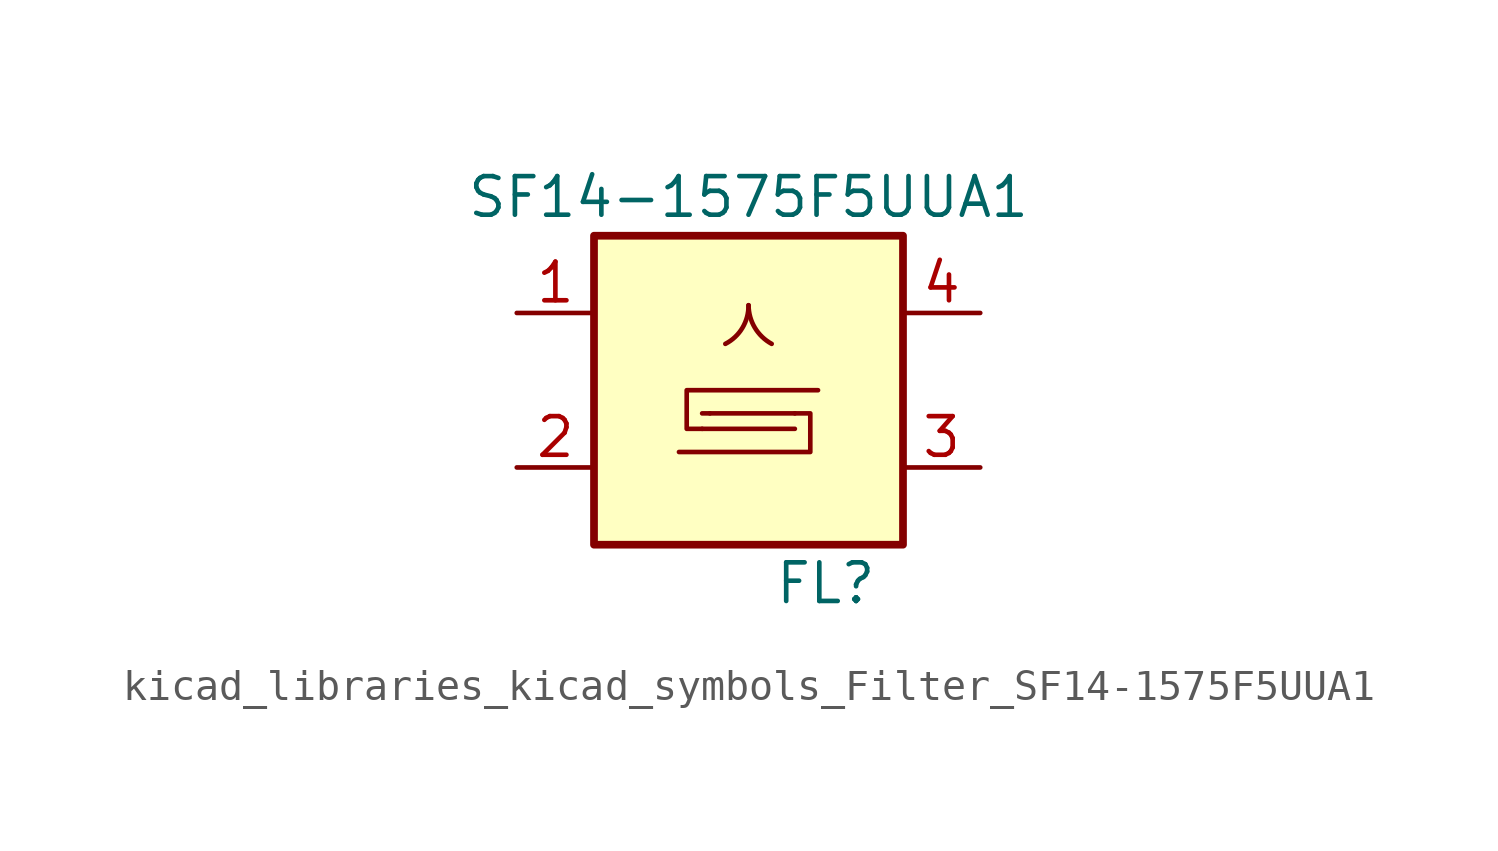
<source format=kicad_sym>
(kicad_symbol_lib
  (version 20220914)
  (generator kicad_symbol_editor)
  (symbol "kicad_libraries_kicad_symbols_Filter_SF14-1575F5UUA1"
    (pin_names
      (offset 1.016))
    (property "Reference" "FL"
      (at 2.54 -6.35 0)
      (effects (font (size 1.27 1.27))))
    (property "Value" "SF14-1575F5UUA1"
      (at 0 6.35 0)
      (effects (font (size 1.27 1.27))))
    (symbol "kicad_libraries_kicad_symbols_Filter_SF14-1575F5UUA1_0_1"
      (rectangle (start -5.08 5.08) (end 5.08 -5.08) (stroke (width 0.254) (type default)) (fill (type background)))
      (arc (start -0.762 1.524) (mid -0.1988 2.0511) (end 0 2.794) (stroke (width 0) (type default)) (fill (type none)))
      (polyline (pts (xy -1.524 -0.762) (xy -1.27 -0.762)) (stroke (width 0) (type default)) (fill (type none)))
      (polyline (pts (xy 1.524 -1.27) (xy -1.524 -1.27)) (stroke (width 0) (type default)) (fill (type none)))
      (polyline (pts (xy 1.524 -0.762) (xy -1.27 -0.762)) (stroke (width 0) (type default)) (fill (type none)))
      (polyline (pts (xy -1.524 -1.27) (xy -2.032 -1.27) (xy -2.032 0) (xy 2.286 0)) (stroke (width 0) (type default)) (fill (type none)))
      (polyline (pts (xy 1.524 -0.762) (xy 2.032 -0.762) (xy 2.032 -2.032) (xy -2.286 -2.032)) (stroke (width 0) (type default)) (fill (type none)))
      (arc (start 0 2.794) (mid 0.2065 2.0558) (end 0.762 1.524) (stroke (width 0) (type default)) (fill (type none))))
    (symbol "kicad_libraries_kicad_symbols_Filter_SF14-1575F5UUA1_1_1"
      (pin passive line (at -7.62 2.54 0) (length 2.54) (name "~" (effects (font (size 1.27 1.27)))) (number "1" (effects (font (size 1.27 1.27)))))
      (pin passive line (at -7.62 -2.54 0) (length 2.54) (name "~" (effects (font (size 1.27 1.27)))) (number "2" (effects (font (size 1.27 1.27)))))
      (pin passive line (at 7.62 -2.54 180) (length 2.54) (name "~" (effects (font (size 1.27 1.27)))) (number "3" (effects (font (size 1.27 1.27)))))
      (pin passive line (at 7.62 2.54 180) (length 2.54) (name "~" (effects (font (size 1.27 1.27)))) (number "4" (effects (font (size 1.27 1.27)))))
      (pin passive line (at -7.62 -2.54 0) (length 2.54) hide (name "~" (effects (font (size 1.27 1.27)))) (number "5" (effects (font (size 1.27 1.27))))))))
</source>
